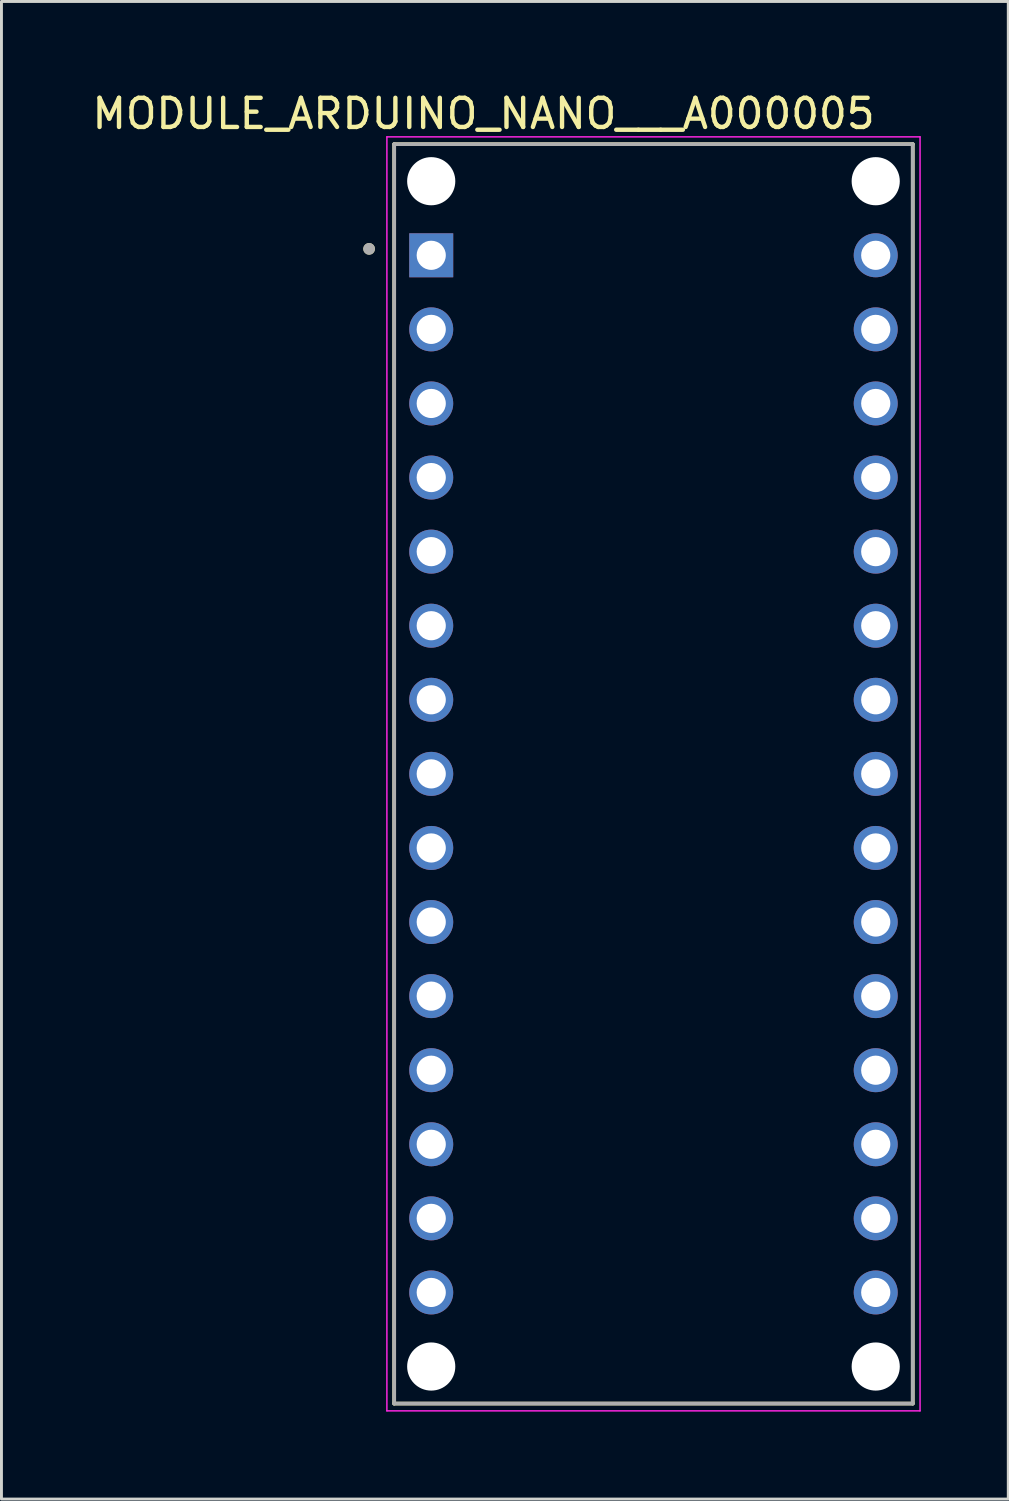
<source format=kicad_pcb>
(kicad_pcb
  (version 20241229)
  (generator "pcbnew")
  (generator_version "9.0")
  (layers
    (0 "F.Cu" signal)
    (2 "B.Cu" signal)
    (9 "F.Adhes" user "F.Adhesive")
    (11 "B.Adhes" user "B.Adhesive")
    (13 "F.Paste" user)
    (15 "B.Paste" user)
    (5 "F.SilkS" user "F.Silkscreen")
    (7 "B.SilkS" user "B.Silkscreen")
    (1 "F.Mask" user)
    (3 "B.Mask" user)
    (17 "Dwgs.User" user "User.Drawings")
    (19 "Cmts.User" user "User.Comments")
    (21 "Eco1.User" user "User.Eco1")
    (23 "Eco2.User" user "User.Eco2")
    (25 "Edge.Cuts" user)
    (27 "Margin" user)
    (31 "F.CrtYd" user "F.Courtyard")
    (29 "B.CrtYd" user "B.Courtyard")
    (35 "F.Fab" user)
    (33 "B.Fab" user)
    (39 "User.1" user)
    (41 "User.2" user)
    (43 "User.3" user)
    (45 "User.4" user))
  (footprint "MODULE_ARDUINO_NANO___A000005"
    (layer "F.Cu")
    (at 19.355 23.483)
    (property "Reference" "MODULE_ARDUINO_NANO___A000005" (at -5.825 -22.635 0) (layer "F.SilkS") (effects (font (size 1 1) (thickness 0.15))))
    (attr through_hole)
    (fp_line (start -8.89 -21.59) (end 8.89 -21.59) (stroke (width 0.127) (type solid)) (layer "F.SilkS"))
    (fp_line (start -8.89 21.59) (end -8.89 -21.59) (stroke (width 0.127) (type solid)) (layer "F.SilkS"))
    (fp_line (start 8.89 -21.59) (end 8.89 21.59) (stroke (width 0.127) (type solid)) (layer "F.SilkS"))
    (fp_line (start 8.89 21.59) (end -8.89 21.59) (stroke (width 0.127) (type solid)) (layer "F.SilkS"))
    (fp_circle (center -9.75 -18) (end -9.65 -18) (stroke (width 0.2) (type solid)) (fill no) (layer "F.SilkS"))
    (fp_line (start -9.14 -21.84) (end 9.14 -21.84) (stroke (width 0.05) (type solid)) (layer "F.CrtYd"))
    (fp_line (start -9.14 21.84) (end -9.14 -21.84) (stroke (width 0.05) (type solid)) (layer "F.CrtYd"))
    (fp_line (start 9.14 -21.84) (end 9.14 21.84) (stroke (width 0.05) (type solid)) (layer "F.CrtYd"))
    (fp_line (start 9.14 21.84) (end -9.14 21.84) (stroke (width 0.05) (type solid)) (layer "F.CrtYd"))
    (fp_line (start -8.89 -21.59) (end 8.89 -21.59) (stroke (width 0.127) (type solid)) (layer "F.Fab"))
    (fp_line (start -8.89 21.59) (end -8.89 -21.59) (stroke (width 0.127) (type solid)) (layer "F.Fab"))
    (fp_line (start 8.89 -21.59) (end 8.89 21.59) (stroke (width 0.127) (type solid)) (layer "F.Fab"))
    (fp_line (start 8.89 21.59) (end -8.89 21.59) (stroke (width 0.127) (type solid)) (layer "F.Fab"))
    (fp_circle (center -9.75 -18) (end -9.65 -18) (stroke (width 0.2) (type solid)) (fill no) (layer "F.Fab"))
    (pad "" np_thru_hole circle (at -7.62 -20.32) (size 1.651 1.651) (drill 1.651) (layers "*.Cu" "*.Mask"))
    (pad "" np_thru_hole circle (at -7.62 20.32) (size 1.651 1.651) (drill 1.651) (layers "*.Cu" "*.Mask"))
    (pad "" np_thru_hole circle (at 7.62 -20.32) (size 1.651 1.651) (drill 1.651) (layers "*.Cu" "*.Mask"))
    (pad "" np_thru_hole circle (at 7.62 20.32) (size 1.651 1.651) (drill 1.651) (layers "*.Cu" "*.Mask"))
    (pad "1" thru_hole rect (at -7.62 -17.78) (size 1.508 1.508) (drill 1) (layers "*.Cu" "*.Mask"))
    (pad "2" thru_hole circle (at -7.62 -15.24) (size 1.508 1.508) (drill 1) (layers "*.Cu" "*.Mask"))
    (pad "3" thru_hole circle (at -7.62 -12.7) (size 1.508 1.508) (drill 1) (layers "*.Cu" "*.Mask"))
    (pad "4" thru_hole circle (at -7.62 -10.16) (size 1.508 1.508) (drill 1) (layers "*.Cu" "*.Mask"))
    (pad "5" thru_hole circle (at -7.62 -7.62) (size 1.508 1.508) (drill 1) (layers "*.Cu" "*.Mask"))
    (pad "6" thru_hole circle (at -7.62 -5.08) (size 1.508 1.508) (drill 1) (layers "*.Cu" "*.Mask"))
    (pad "7" thru_hole circle (at -7.62 -2.54) (size 1.508 1.508) (drill 1) (layers "*.Cu" "*.Mask"))
    (pad "8" thru_hole circle (at -7.62 0) (size 1.508 1.508) (drill 1) (layers "*.Cu" "*.Mask"))
    (pad "9" thru_hole circle (at -7.62 2.54) (size 1.508 1.508) (drill 1) (layers "*.Cu" "*.Mask"))
    (pad "10" thru_hole circle (at -7.62 5.08) (size 1.508 1.508) (drill 1) (layers "*.Cu" "*.Mask"))
    (pad "11" thru_hole circle (at -7.62 7.62) (size 1.508 1.508) (drill 1) (layers "*.Cu" "*.Mask"))
    (pad "12" thru_hole circle (at -7.62 10.16) (size 1.508 1.508) (drill 1) (layers "*.Cu" "*.Mask"))
    (pad "13" thru_hole circle (at -7.62 12.7) (size 1.508 1.508) (drill 1) (layers "*.Cu" "*.Mask"))
    (pad "14" thru_hole circle (at -7.62 15.24) (size 1.508 1.508) (drill 1) (layers "*.Cu" "*.Mask"))
    (pad "15" thru_hole circle (at -7.62 17.78) (size 1.508 1.508) (drill 1) (layers "*.Cu" "*.Mask"))
    (pad "16" thru_hole circle (at 7.62 17.78) (size 1.508 1.508) (drill 1) (layers "*.Cu" "*.Mask"))
    (pad "17" thru_hole circle (at 7.62 15.24) (size 1.508 1.508) (drill 1) (layers "*.Cu" "*.Mask"))
    (pad "18" thru_hole circle (at 7.62 12.7) (size 1.508 1.508) (drill 1) (layers "*.Cu" "*.Mask"))
    (pad "19" thru_hole circle (at 7.62 10.16) (size 1.508 1.508) (drill 1) (layers "*.Cu" "*.Mask"))
    (pad "20" thru_hole circle (at 7.62 7.62) (size 1.508 1.508) (drill 1) (layers "*.Cu" "*.Mask"))
    (pad "21" thru_hole circle (at 7.62 5.08) (size 1.508 1.508) (drill 1) (layers "*.Cu" "*.Mask"))
    (pad "22" thru_hole circle (at 7.62 2.54) (size 1.508 1.508) (drill 1) (layers "*.Cu" "*.Mask"))
    (pad "23" thru_hole circle (at 7.62 0) (size 1.508 1.508) (drill 1) (layers "*.Cu" "*.Mask"))
    (pad "24" thru_hole circle (at 7.62 -2.54) (size 1.508 1.508) (drill 1) (layers "*.Cu" "*.Mask"))
    (pad "25" thru_hole circle (at 7.62 -5.08) (size 1.508 1.508) (drill 1) (layers "*.Cu" "*.Mask"))
    (pad "26" thru_hole circle (at 7.62 -7.62) (size 1.508 1.508) (drill 1) (layers "*.Cu" "*.Mask"))
    (pad "27" thru_hole circle (at 7.62 -10.16) (size 1.508 1.508) (drill 1) (layers "*.Cu" "*.Mask"))
    (pad "28" thru_hole circle (at 7.62 -12.7) (size 1.508 1.508) (drill 1) (layers "*.Cu" "*.Mask"))
    (pad "29" thru_hole circle (at 7.62 -15.24) (size 1.508 1.508) (drill 1) (layers "*.Cu" "*.Mask"))
    (pad "30" thru_hole circle (at 7.62 -17.78) (size 1.508 1.508) (drill 1) (layers "*.Cu" "*.Mask")))
  (gr_rect
    (start -3 -3)
    (end 31.52 48.348)
    (stroke (width 0.1) (type default))
    (fill no)
    (layer "Edge.Cuts")))
</source>
